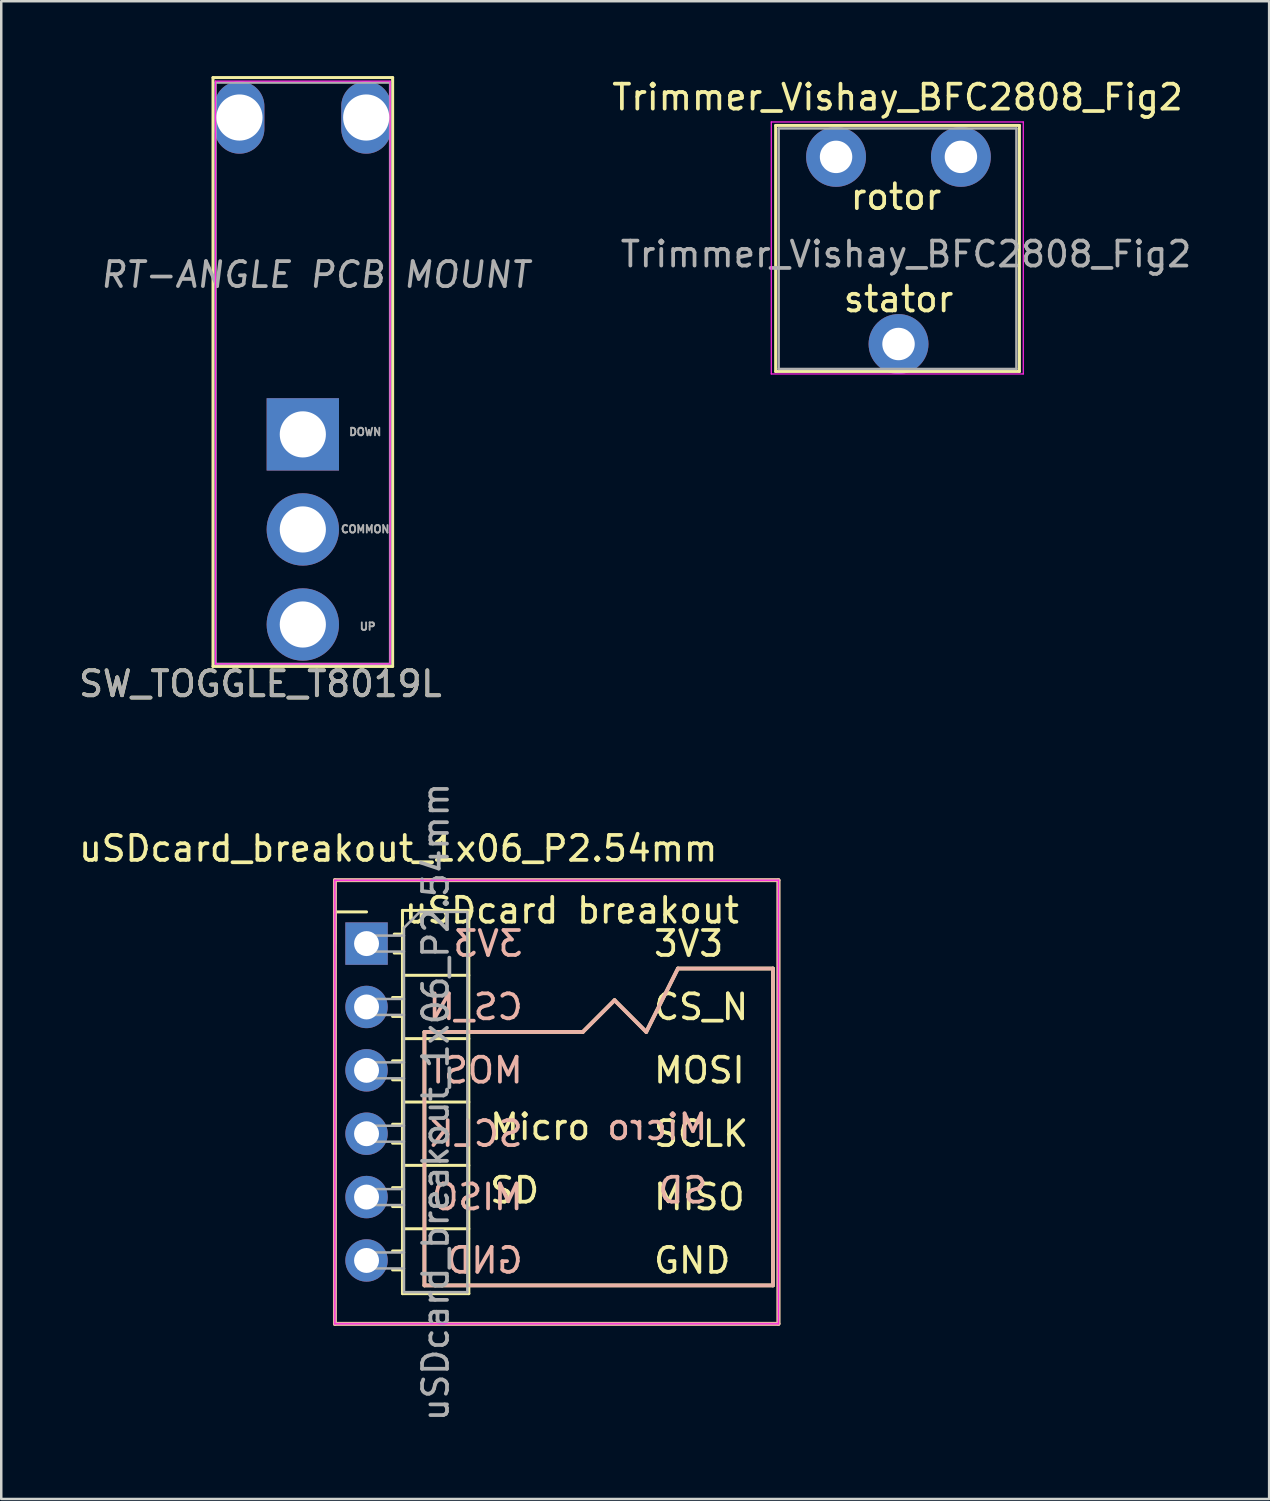
<source format=kicad_pcb>
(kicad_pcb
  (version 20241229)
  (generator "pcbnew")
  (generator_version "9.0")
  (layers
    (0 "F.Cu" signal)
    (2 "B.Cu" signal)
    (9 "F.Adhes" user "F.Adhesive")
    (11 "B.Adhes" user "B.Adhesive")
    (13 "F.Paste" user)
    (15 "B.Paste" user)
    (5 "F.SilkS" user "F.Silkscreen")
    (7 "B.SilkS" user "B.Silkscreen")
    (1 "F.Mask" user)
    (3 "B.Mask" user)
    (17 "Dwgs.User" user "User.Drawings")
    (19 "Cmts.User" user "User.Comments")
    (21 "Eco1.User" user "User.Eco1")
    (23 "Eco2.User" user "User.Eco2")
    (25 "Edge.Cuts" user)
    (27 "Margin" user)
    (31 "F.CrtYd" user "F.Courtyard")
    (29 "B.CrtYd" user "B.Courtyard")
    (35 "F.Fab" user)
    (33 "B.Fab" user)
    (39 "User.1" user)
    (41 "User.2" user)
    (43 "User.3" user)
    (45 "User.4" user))
  (footprint "SW_TOGGLE_T8019L"
    (layer "F.Cu")
    (at 9.087 1.66)
    (property "Reference" "SW_TOGGLE_T8019L" (at -1.7 22.7 0) (layer "F.SilkS") (effects (font (size 1 1) (thickness 0.15))))
    (attr through_hole)
    (fp_line (start -3.6 -1.6) (end 3.6 -1.6) (stroke (width 0.12) (type solid)) (layer "F.SilkS"))
    (fp_line (start -3.6 22) (end -3.6 -1.6) (stroke (width 0.12) (type solid)) (layer "F.SilkS"))
    (fp_line (start -3.6 22) (end 3.6 22) (stroke (width 0.12) (type solid)) (layer "F.SilkS"))
    (fp_line (start 3.6 -1.6) (end 3.6 22) (stroke (width 0.12) (type solid)) (layer "F.SilkS"))
    (fp_line (start -3.5 21.9) (end -3.5 -1.46) (stroke (width 0.05) (type solid)) (layer "F.CrtYd"))
    (fp_line (start -3.5 21.9) (end 3.5 21.9) (stroke (width 0.05) (type solid)) (layer "F.CrtYd"))
    (fp_line (start 3.5 -1.46) (end -3.5 -1.46) (stroke (width 0.05) (type solid)) (layer "F.CrtYd"))
    (fp_line (start 3.5 -1.46) (end 3.5 21.9) (stroke (width 0.05) (type solid)) (layer "F.CrtYd"))
    (fp_line (start -3.5 -1.4) (end 3.5 -1.4) (stroke (width 0.1) (type solid)) (layer "F.Fab"))
    (fp_line (start -3.5 21.9) (end -3.5 -1.4) (stroke (width 0.1) (type solid)) (layer "F.Fab"))
    (fp_line (start -3.5 21.9) (end 3.5 21.9) (stroke (width 0.1) (type solid)) (layer "F.Fab"))
    (fp_line (start 3.5 21.9) (end 3.5 -1.4) (stroke (width 0.1) (type solid)) (layer "F.Fab"))
    (fp_text user "RT-ANGLE PCB MOUNT" (at 0.5 6.3 0) (layer "F.Fab") (effects (font (size 1 1) (thickness 0.15) (italic yes))))
    (fp_text user "COMMON" (at 2.5 16.5 0) (layer "F.Fab") (effects (font (size 0.3 0.3) (thickness 0.075))))
    (fp_text user "DOWN" (at 2.5 12.6 0) (layer "F.Fab") (effects (font (size 0.3 0.3) (thickness 0.075))))
    (fp_text user "UP" (at 2.6 20.4 0) (layer "F.Fab") (effects (font (size 0.3 0.3) (thickness 0.075))))
    (fp_text user "${REFERENCE}" (at -1.7 22.7 0) (layer "F.Fab") (effects (font (size 1 1) (thickness 0.15))))
    (pad "" thru_hole oval (at -2.54 0) (size 2 2.9) (drill 1.85) (layers "*.Cu" "*.Mask"))
    (pad "" thru_hole oval (at 2.54 0) (size 2 2.9) (drill 1.85) (layers "*.Cu" "*.Mask"))
    (pad "1" thru_hole rect (at 0 12.7) (size 2.9 2.9) (drill 1.85) (layers "*.Cu" "*.Mask"))
    (pad "2" thru_hole circle (at 0 16.51) (size 2.9 2.9) (drill 1.85) (layers "*.Cu" "*.Mask"))
    (pad "3" thru_hole circle (at 0 20.32) (size 2.9 2.9) (drill 1.85) (layers "*.Cu" "*.Mask")))
  (footprint "uSDcard_breakout_1x06_P2.54mm"
    (layer "F.Cu")
    (at 11.641 34.769)
    (property "Reference" "uSDcard_breakout_1x06_P2.54mm" (at 1.27 -3.81 0) (layer "F.SilkS") (effects (font (size 1 1) (thickness 0.15))))
    (attr through_hole)
    (fp_line (start -1.27 -2.54) (end 16.51 -2.54) (stroke (width 0.15) (type solid)) (layer "F.SilkS"))
    (fp_line (start -1.27 -1.27) (end 0 -1.27) (stroke (width 0.12) (type solid)) (layer "F.SilkS"))
    (fp_line (start -1.27 0) (end -1.27 -1.27) (stroke (width 0.12) (type solid)) (layer "F.SilkS"))
    (fp_line (start -1.27 15.24) (end -1.27 -2.54) (stroke (width 0.15) (type solid)) (layer "F.SilkS"))
    (fp_line (start 1.043 2.16) (end 1.44 2.16) (stroke (width 0.12) (type solid)) (layer "F.SilkS"))
    (fp_line (start 1.043 2.92) (end 1.44 2.92) (stroke (width 0.12) (type solid)) (layer "F.SilkS"))
    (fp_line (start 1.043 4.7) (end 1.44 4.7) (stroke (width 0.12) (type solid)) (layer "F.SilkS"))
    (fp_line (start 1.043 5.46) (end 1.44 5.46) (stroke (width 0.12) (type solid)) (layer "F.SilkS"))
    (fp_line (start 1.043 7.24) (end 1.44 7.24) (stroke (width 0.12) (type solid)) (layer "F.SilkS"))
    (fp_line (start 1.043 8) (end 1.44 8) (stroke (width 0.12) (type solid)) (layer "F.SilkS"))
    (fp_line (start 1.043 9.78) (end 1.44 9.78) (stroke (width 0.12) (type solid)) (layer "F.SilkS"))
    (fp_line (start 1.043 10.54) (end 1.44 10.54) (stroke (width 0.12) (type solid)) (layer "F.SilkS"))
    (fp_line (start 1.043 12.32) (end 1.44 12.32) (stroke (width 0.12) (type solid)) (layer "F.SilkS"))
    (fp_line (start 1.043 13.08) (end 1.44 13.08) (stroke (width 0.12) (type solid)) (layer "F.SilkS"))
    (fp_line (start 1.11 -0.38) (end 1.44 -0.38) (stroke (width 0.12) (type solid)) (layer "F.SilkS"))
    (fp_line (start 1.11 0.38) (end 1.44 0.38) (stroke (width 0.12) (type solid)) (layer "F.SilkS"))
    (fp_line (start 1.44 -1.33) (end 1.44 14.03) (stroke (width 0.12) (type solid)) (layer "F.SilkS"))
    (fp_line (start 1.44 1.27) (end 4.1 1.27) (stroke (width 0.12) (type solid)) (layer "F.SilkS"))
    (fp_line (start 1.44 3.81) (end 4.1 3.81) (stroke (width 0.12) (type solid)) (layer "F.SilkS"))
    (fp_line (start 1.44 6.35) (end 4.1 6.35) (stroke (width 0.12) (type solid)) (layer "F.SilkS"))
    (fp_line (start 1.44 8.89) (end 4.1 8.89) (stroke (width 0.12) (type solid)) (layer "F.SilkS"))
    (fp_line (start 1.44 11.43) (end 4.1 11.43) (stroke (width 0.12) (type solid)) (layer "F.SilkS"))
    (fp_line (start 1.44 14.03) (end 4.1 14.03) (stroke (width 0.12) (type solid)) (layer "F.SilkS"))
    (fp_line (start 2.32 3.54) (end 8.67 3.54) (stroke (width 0.15) (type solid)) (layer "F.SilkS"))
    (fp_line (start 2.32 13.7) (end 2.32 3.54) (stroke (width 0.15) (type solid)) (layer "F.SilkS"))
    (fp_line (start 4.1 -1.33) (end 1.44 -1.33) (stroke (width 0.12) (type solid)) (layer "F.SilkS"))
    (fp_line (start 4.1 14.03) (end 4.1 -1.33) (stroke (width 0.12) (type solid)) (layer "F.SilkS"))
    (fp_line (start 8.67 3.54) (end 9.94 2.27) (stroke (width 0.15) (type solid)) (layer "F.SilkS"))
    (fp_line (start 9.94 2.27) (end 11.21 3.54) (stroke (width 0.15) (type solid)) (layer "F.SilkS"))
    (fp_line (start 11.21 3.54) (end 12.48 1) (stroke (width 0.15) (type solid)) (layer "F.SilkS"))
    (fp_line (start 12.48 1) (end 16.29 1) (stroke (width 0.15) (type solid)) (layer "F.SilkS"))
    (fp_line (start 16.29 1) (end 16.29 13.7) (stroke (width 0.15) (type solid)) (layer "F.SilkS"))
    (fp_line (start 16.29 13.7) (end 2.32 13.7) (stroke (width 0.15) (type solid)) (layer "F.SilkS"))
    (fp_line (start 16.51 -2.54) (end 16.51 15.24) (stroke (width 0.15) (type solid)) (layer "F.SilkS"))
    (fp_line (start 16.51 15.24) (end -1.27 15.24) (stroke (width 0.15) (type solid)) (layer "F.SilkS"))
    (fp_line (start -1.27 -2.54) (end -1.27 15.24) (stroke (width 0.15) (type solid)) (layer "B.SilkS"))
    (fp_line (start -1.27 15.24) (end 16.51 15.24) (stroke (width 0.15) (type solid)) (layer "B.SilkS"))
    (fp_line (start 2.32 3.54) (end 8.67 3.54) (stroke (width 0.15) (type solid)) (layer "B.SilkS"))
    (fp_line (start 2.32 13.7) (end 2.32 3.54) (stroke (width 0.15) (type solid)) (layer "B.SilkS"))
    (fp_line (start 8.67 3.54) (end 9.94 2.27) (stroke (width 0.15) (type solid)) (layer "B.SilkS"))
    (fp_line (start 9.94 2.27) (end 11.21 3.54) (stroke (width 0.15) (type solid)) (layer "B.SilkS"))
    (fp_line (start 11.21 3.54) (end 12.48 1) (stroke (width 0.15) (type solid)) (layer "B.SilkS"))
    (fp_line (start 12.48 1) (end 16.29 1) (stroke (width 0.15) (type solid)) (layer "B.SilkS"))
    (fp_line (start 16.29 1) (end 16.29 13.7) (stroke (width 0.15) (type solid)) (layer "B.SilkS"))
    (fp_line (start 16.29 13.7) (end 2.32 13.7) (stroke (width 0.15) (type solid)) (layer "B.SilkS"))
    (fp_line (start 16.51 -2.54) (end -1.27 -2.54) (stroke (width 0.15) (type solid)) (layer "B.SilkS"))
    (fp_line (start 16.51 15.24) (end 16.51 -2.54) (stroke (width 0.15) (type solid)) (layer "B.SilkS"))
    (fp_line (start -1.27 -2.54) (end -1.27 15.24) (stroke (width 0.05) (type solid)) (layer "F.CrtYd"))
    (fp_line (start -1.27 15.24) (end 16.51 15.24) (stroke (width 0.05) (type solid)) (layer "F.CrtYd"))
    (fp_line (start 16.51 -2.54) (end -1.27 -2.54) (stroke (width 0.05) (type solid)) (layer "F.CrtYd"))
    (fp_line (start 16.51 15.24) (end 16.51 -2.54) (stroke (width 0.05) (type solid)) (layer "F.CrtYd"))
    (fp_line (start -0.32 -0.32) (end -0.32 0.32) (stroke (width 0.1) (type solid)) (layer "F.Fab"))
    (fp_line (start -0.32 -0.32) (end 1.5 -0.32) (stroke (width 0.1) (type solid)) (layer "F.Fab"))
    (fp_line (start -0.32 0.32) (end 1.5 0.32) (stroke (width 0.1) (type solid)) (layer "F.Fab"))
    (fp_line (start -0.32 2.22) (end -0.32 2.86) (stroke (width 0.1) (type solid)) (layer "F.Fab"))
    (fp_line (start -0.32 2.22) (end 1.5 2.22) (stroke (width 0.1) (type solid)) (layer "F.Fab"))
    (fp_line (start -0.32 2.86) (end 1.5 2.86) (stroke (width 0.1) (type solid)) (layer "F.Fab"))
    (fp_line (start -0.32 4.76) (end -0.32 5.4) (stroke (width 0.1) (type solid)) (layer "F.Fab"))
    (fp_line (start -0.32 4.76) (end 1.5 4.76) (stroke (width 0.1) (type solid)) (layer "F.Fab"))
    (fp_line (start -0.32 5.4) (end 1.5 5.4) (stroke (width 0.1) (type solid)) (layer "F.Fab"))
    (fp_line (start -0.32 7.3) (end -0.32 7.94) (stroke (width 0.1) (type solid)) (layer "F.Fab"))
    (fp_line (start -0.32 7.3) (end 1.5 7.3) (stroke (width 0.1) (type solid)) (layer "F.Fab"))
    (fp_line (start -0.32 7.94) (end 1.5 7.94) (stroke (width 0.1) (type solid)) (layer "F.Fab"))
    (fp_line (start -0.32 9.84) (end -0.32 10.48) (stroke (width 0.1) (type solid)) (layer "F.Fab"))
    (fp_line (start -0.32 9.84) (end 1.5 9.84) (stroke (width 0.1) (type solid)) (layer "F.Fab"))
    (fp_line (start -0.32 10.48) (end 1.5 10.48) (stroke (width 0.1) (type solid)) (layer "F.Fab"))
    (fp_line (start -0.32 12.38) (end -0.32 13.02) (stroke (width 0.1) (type solid)) (layer "F.Fab"))
    (fp_line (start -0.32 12.38) (end 1.5 12.38) (stroke (width 0.1) (type solid)) (layer "F.Fab"))
    (fp_line (start -0.32 13.02) (end 1.5 13.02) (stroke (width 0.1) (type solid)) (layer "F.Fab"))
    (fp_line (start 1.5 -0.635) (end 2.135 -1.27) (stroke (width 0.1) (type solid)) (layer "F.Fab"))
    (fp_line (start 1.5 13.97) (end 1.5 -0.635) (stroke (width 0.1) (type solid)) (layer "F.Fab"))
    (fp_line (start 2.135 -1.27) (end 4.04 -1.27) (stroke (width 0.1) (type solid)) (layer "F.Fab"))
    (fp_line (start 4.04 -1.27) (end 4.04 13.97) (stroke (width 0.1) (type solid)) (layer "F.Fab"))
    (fp_line (start 4.04 13.97) (end 1.5 13.97) (stroke (width 0.1) (type solid)) (layer "F.Fab"))
    (fp_text user "GND" (at 11.43 12.7 0) (layer "F.SilkS") (effects (font (size 1 1) (thickness 0.15)) (justify left)))
    (fp_text user "uSDcard breakout" (at 1.44 -1.33 0) (layer "F.SilkS") (effects (font (size 1 1) (thickness 0.15)) (justify left)))
    (fp_text user "CS_N" (at 11.43 2.54 0) (layer "F.SilkS") (effects (font (size 1 1) (thickness 0.15)) (justify left)))
    (fp_text user "MOSI" (at 11.43 5.08 0) (layer "F.SilkS") (effects (font (size 1 1) (thickness 0.15)) (justify left)))
    (fp_text user "3V3" (at 11.43 0 0) (layer "F.SilkS") (effects (font (size 1 1) (thickness 0.15)) (justify left)))
    (fp_text user "MISO" (at 11.43 10.16 0) (layer "F.SilkS") (effects (font (size 1 1) (thickness 0.15)) (justify left)))
    (fp_text user "Micro" (at 4.86 7.35 0) (layer "F.SilkS") (effects (font (size 1 1) (thickness 0.15)) (justify left)))
    (fp_text user "SD" (at 4.86 9.89 0) (layer "F.SilkS") (effects (font (size 1 1) (thickness 0.15)) (justify left)))
    (fp_text user "SCLK" (at 11.43 7.62 0) (layer "F.SilkS") (effects (font (size 1 1) (thickness 0.15)) (justify left)))
    (fp_text user "GND" (at 6.35 12.7 0) (layer "B.SilkS") (effects (font (size 1 1) (thickness 0.15)) (justify left mirror)))
    (fp_text user "MOSI" (at 6.35 5.08 0) (layer "B.SilkS") (effects (font (size 1 1) (thickness 0.15)) (justify left mirror)))
    (fp_text user "SCLK" (at 6.35 7.62 0) (layer "B.SilkS") (effects (font (size 1 1) (thickness 0.15)) (justify left mirror)))
    (fp_text user "CS_N" (at 6.35 2.54 0) (layer "B.SilkS") (effects (font (size 1 1) (thickness 0.15)) (justify left mirror)))
    (fp_text user "MISO" (at 6.35 10.16 0) (layer "B.SilkS") (effects (font (size 1 1) (thickness 0.15)) (justify left mirror)))
    (fp_text user "Micro" (at 13.75 7.35 0) (layer "B.SilkS") (effects (font (size 1 1) (thickness 0.15)) (justify left mirror)))
    (fp_text user "3V3" (at 6.35 0 0) (layer "B.SilkS") (effects (font (size 1 1) (thickness 0.15)) (justify left mirror)))
    (fp_text user "SD" (at 13.75 9.89 0) (layer "B.SilkS") (effects (font (size 1 1) (thickness 0.15)) (justify left mirror)))
    (fp_text user "${REFERENCE}" (at 2.77 6.35 90) (layer "F.Fab") (effects (font (size 1 1) (thickness 0.15))))
    (pad "1" thru_hole rect (at 0 0) (size 1.7 1.7) (drill 1) (layers "*.Cu" "*.Mask"))
    (pad "2" thru_hole oval (at 0 2.54) (size 1.7 1.7) (drill 1) (layers "*.Cu" "*.Mask"))
    (pad "3" thru_hole oval (at 0 5.08) (size 1.7 1.7) (drill 1) (layers "*.Cu" "*.Mask"))
    (pad "4" thru_hole oval (at 0 7.62) (size 1.7 1.7) (drill 1) (layers "*.Cu" "*.Mask"))
    (pad "5" thru_hole oval (at 0 10.16) (size 1.7 1.7) (drill 1) (layers "*.Cu" "*.Mask"))
    (pad "6" thru_hole oval (at 0 12.7) (size 1.7 1.7) (drill 1) (layers "*.Cu" "*.Mask")))
  (footprint "Trimmer_Vishay_BFC2808_Fig2"
    (layer "F.Cu")
    (at 35.463 3.238)
    (property "Reference" "Trimmer_Vishay_BFC2808_Fig2" (at -2.54 -2.39 0) (layer "F.SilkS") (effects (font (size 1 1) (thickness 0.15))))
    (attr through_hole)
    (fp_line (start -7.425 -1.26) (end -7.425 8.6) (stroke (width 0.12) (type solid)) (layer "F.SilkS"))
    (fp_line (start -7.425 -1.26) (end 2.345 -1.26) (stroke (width 0.12) (type solid)) (layer "F.SilkS"))
    (fp_line (start -7.425 8.6) (end 2.345 8.6) (stroke (width 0.12) (type solid)) (layer "F.SilkS"))
    (fp_line (start 2.345 -1.26) (end 2.345 8.6) (stroke (width 0.12) (type solid)) (layer "F.SilkS"))
    (fp_line (start -7.6 -1.4) (end -7.6 8.7) (stroke (width 0.05) (type solid)) (layer "F.CrtYd"))
    (fp_line (start -7.6 8.7) (end 2.5 8.7) (stroke (width 0.05) (type solid)) (layer "F.CrtYd"))
    (fp_line (start 2.5 -1.4) (end -7.6 -1.4) (stroke (width 0.05) (type solid)) (layer "F.CrtYd"))
    (fp_line (start 2.5 8.7) (end 2.5 -1.4) (stroke (width 0.05) (type solid)) (layer "F.CrtYd"))
    (fp_line (start -7.305 -1.14) (end -7.305 8.5) (stroke (width 0.1) (type solid)) (layer "F.Fab"))
    (fp_line (start -7.305 8.5) (end 2.225 8.5) (stroke (width 0.1) (type solid)) (layer "F.Fab"))
    (fp_line (start 2.225 -1.14) (end -7.305 -1.14) (stroke (width 0.1) (type solid)) (layer "F.Fab"))
    (fp_line (start 2.225 8.5) (end 2.225 -1.14) (stroke (width 0.1) (type solid)) (layer "F.Fab"))
    (fp_text user "stator" (at -2.5 5.7 0) (layer "F.SilkS") (effects (font (size 1 1) (thickness 0.15))))
    (fp_text user "rotor" (at -2.6 1.6 0) (layer "F.SilkS") (effects (font (size 1 1) (thickness 0.15))))
    (fp_text user "${REFERENCE}" (at -2.2 3.9 0) (layer "F.Fab") (effects (font (size 1 1) (thickness 0.15))))
    (pad "1" thru_hole circle (at -5.004 0) (size 2.4 2.4) (drill 1.3) (layers "*.Cu" "*.Mask"))
    (pad "1" thru_hole circle (at 0 0) (size 2.4 2.4) (drill 1.3) (layers "*.Cu" "*.Mask"))
    (pad "2" thru_hole circle (at -2.5 7.5) (size 2.4 2.4) (drill 1.3) (layers "*.Cu" "*.Mask")))
  (gr_rect
    (start -3 -3)
    (end 47.817 57.03)
    (stroke (width 0.1) (type default))
    (fill no)
    (layer "Edge.Cuts")))
</source>
